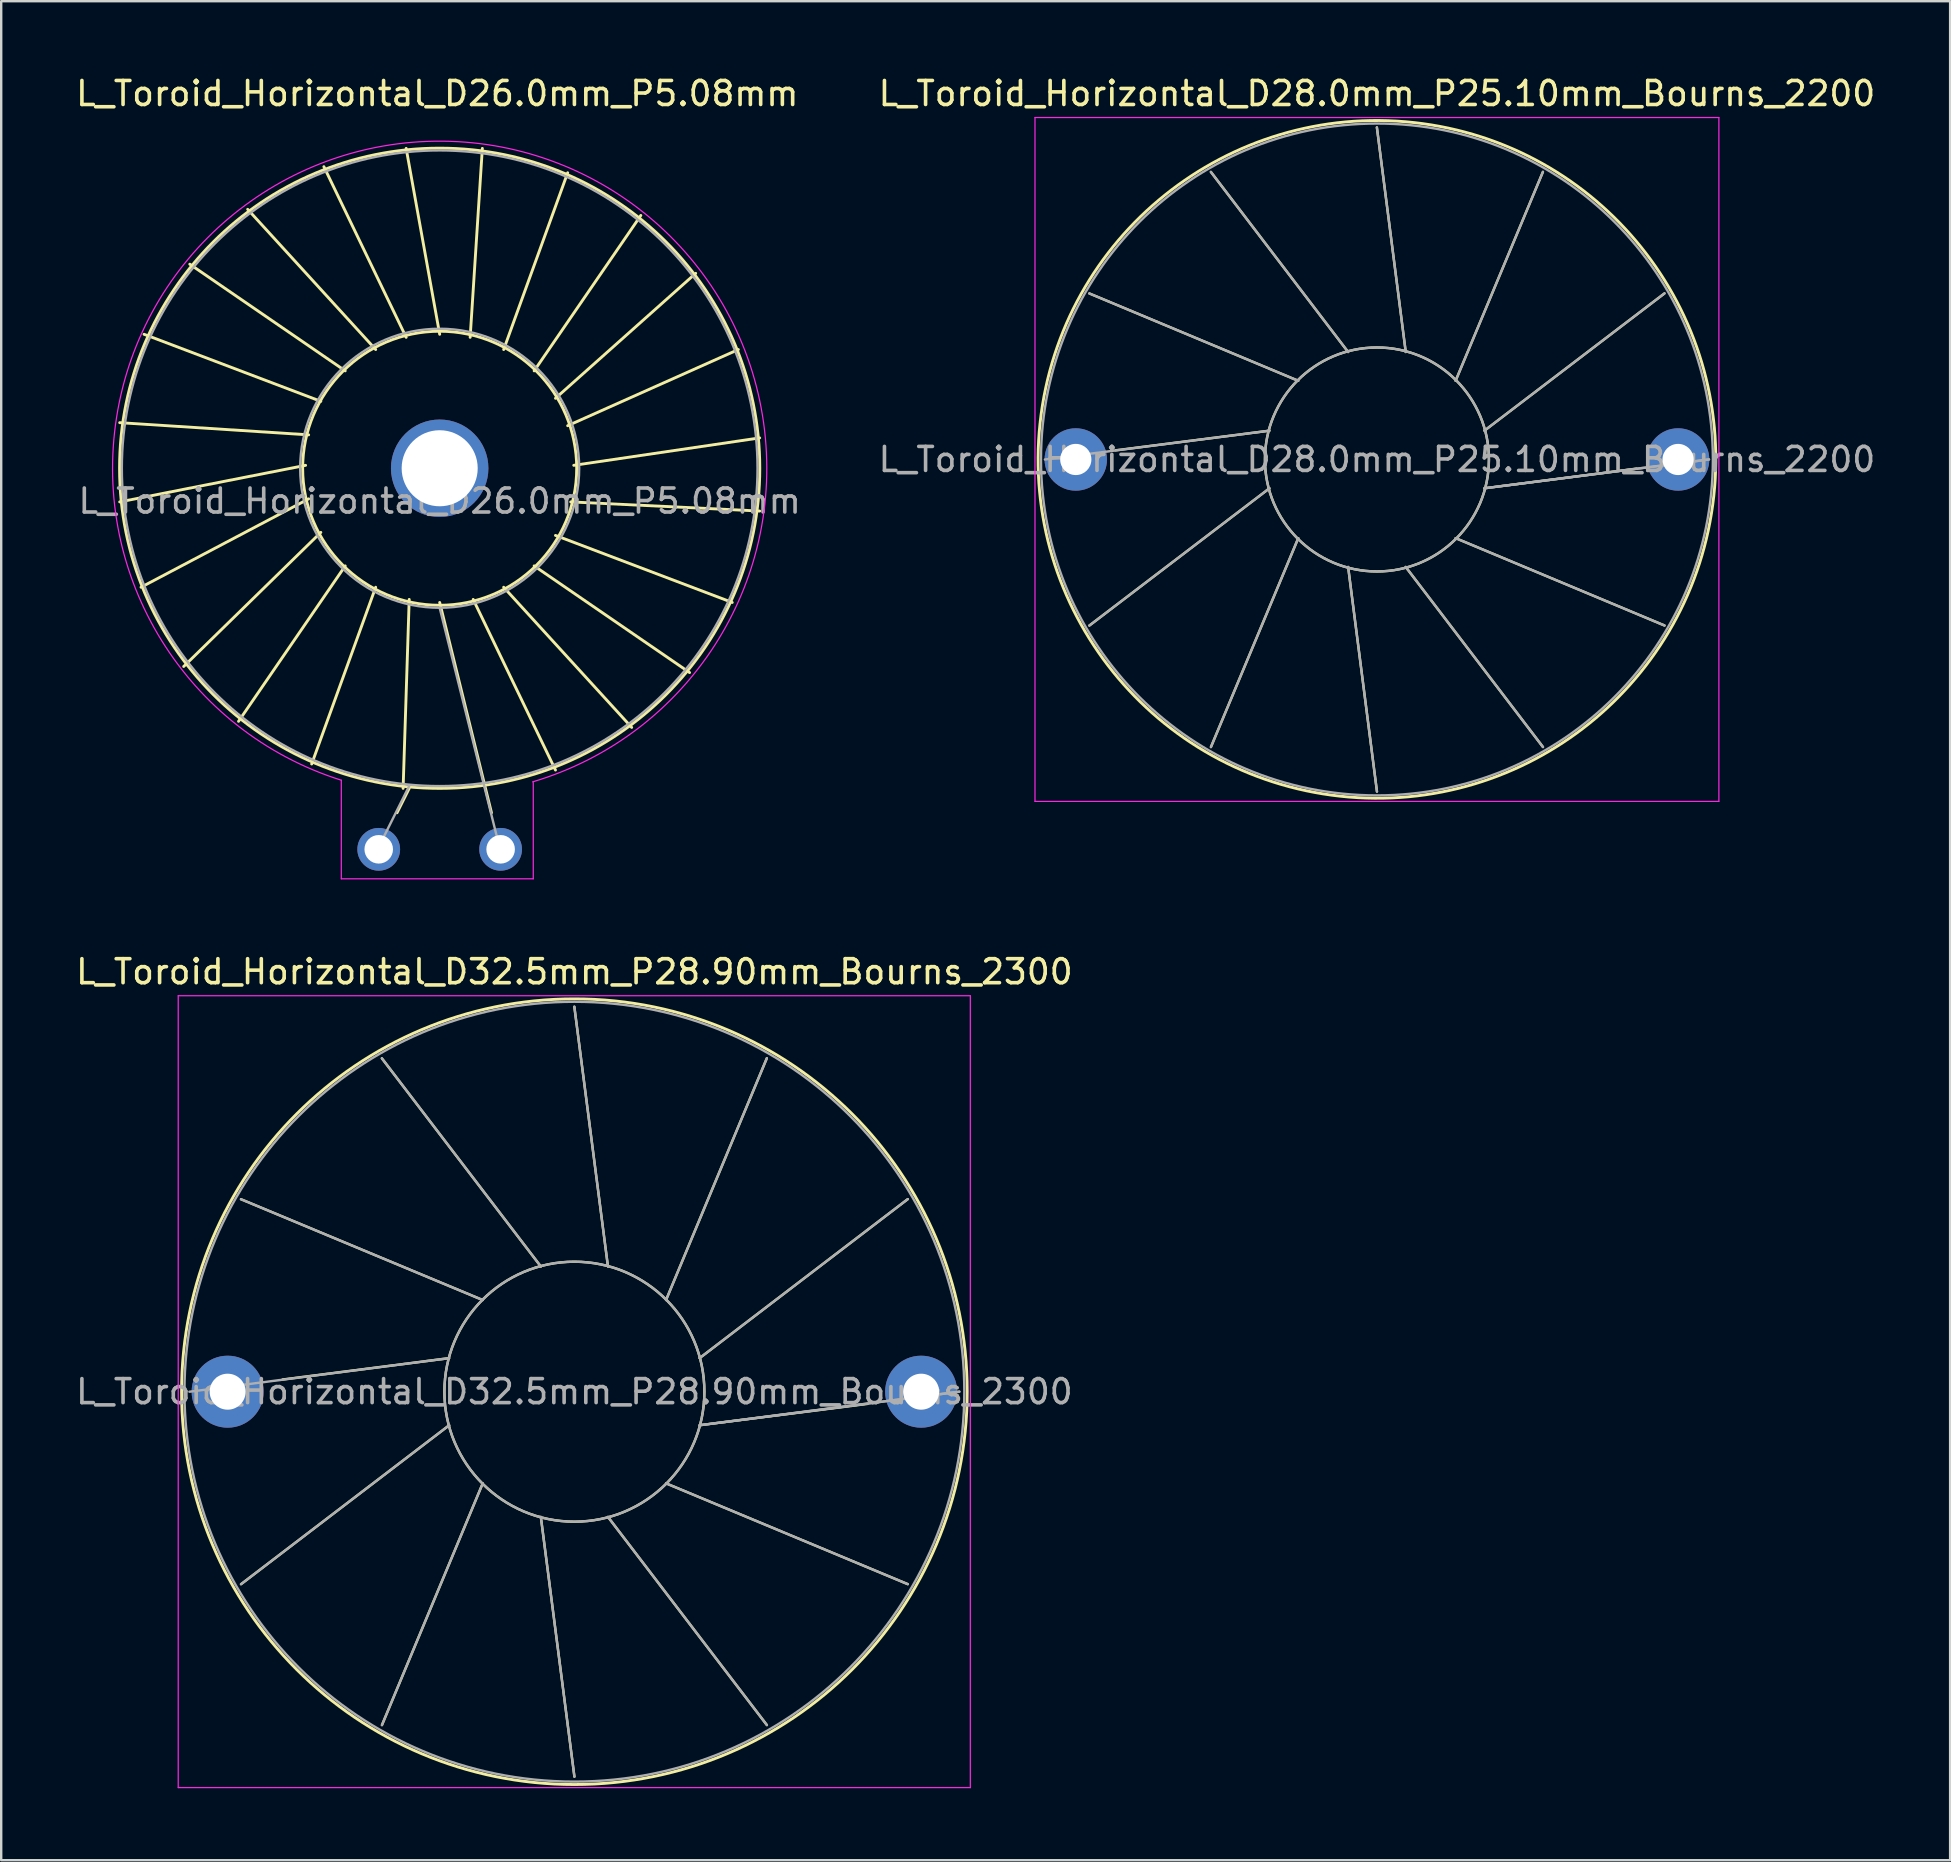
<source format=kicad_pcb>
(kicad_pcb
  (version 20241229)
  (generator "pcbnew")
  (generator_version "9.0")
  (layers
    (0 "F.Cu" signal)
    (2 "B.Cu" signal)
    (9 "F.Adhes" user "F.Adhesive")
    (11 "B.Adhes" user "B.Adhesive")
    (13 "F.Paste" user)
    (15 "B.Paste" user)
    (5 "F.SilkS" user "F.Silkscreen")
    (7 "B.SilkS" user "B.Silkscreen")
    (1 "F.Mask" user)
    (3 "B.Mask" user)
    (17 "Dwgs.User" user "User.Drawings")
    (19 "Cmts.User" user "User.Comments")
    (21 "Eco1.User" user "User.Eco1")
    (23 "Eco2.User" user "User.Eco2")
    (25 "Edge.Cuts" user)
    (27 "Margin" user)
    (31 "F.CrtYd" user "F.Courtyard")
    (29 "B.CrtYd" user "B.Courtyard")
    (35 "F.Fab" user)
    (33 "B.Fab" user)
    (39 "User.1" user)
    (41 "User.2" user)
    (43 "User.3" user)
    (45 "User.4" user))
  (footprint "L_Toroid_Horizontal_D26.0mm_P5.08mm"
    (layer "F.Cu")
    (at 12.733 32.344)
    (property "Reference" "L_Toroid_Horizontal_D26.0mm_P5.08mm" (at 2.44 -31.496 0) (layer "F.SilkS") (effects (font (size 1 1) (thickness 0.15))))
    (attr through_hole)
    (fp_line (start -10.795 -17.78) (end -2.921 -17.272) (stroke (width 0.12) (type solid)) (layer "F.SilkS"))
    (fp_line (start -10.795 -14.478) (end -3.048 -16.002) (stroke (width 0.12) (type solid)) (layer "F.SilkS"))
    (fp_line (start -9.906 -10.922) (end -2.921 -14.605) (stroke (width 0.12) (type solid)) (layer "F.SilkS"))
    (fp_line (start -9.779 -21.463) (end -2.413 -18.669) (stroke (width 0.12) (type solid)) (layer "F.SilkS"))
    (fp_line (start -8.128 -7.62) (end -2.413 -13.208) (stroke (width 0.12) (type solid)) (layer "F.SilkS"))
    (fp_line (start -7.874 -24.384) (end -1.397 -19.939) (stroke (width 0.12) (type solid)) (layer "F.SilkS"))
    (fp_line (start -5.842 -5.334) (end -1.397 -11.811) (stroke (width 0.12) (type solid)) (layer "F.SilkS"))
    (fp_line (start -5.461 -26.67) (end -0.127 -20.828) (stroke (width 0.12) (type solid)) (layer "F.SilkS"))
    (fp_line (start -2.794 -3.556) (end -0.127 -10.922) (stroke (width 0.12) (type solid)) (layer "F.SilkS"))
    (fp_line (start -2.286 -28.448) (end 1.143 -21.336) (stroke (width 0.12) (type solid)) (layer "F.SilkS"))
    (fp_line (start 0.762 -1.524) (end 1.27 -2.54) (stroke (width 0.12) (type solid)) (layer "F.SilkS"))
    (fp_line (start 1.016 -2.54) (end 1.27 -10.414) (stroke (width 0.12) (type solid)) (layer "F.SilkS"))
    (fp_line (start 1.143 -29.21) (end 2.54 -21.463) (stroke (width 0.12) (type solid)) (layer "F.SilkS"))
    (fp_line (start 4.318 -29.21) (end 3.81 -21.336) (stroke (width 0.12) (type solid)) (layer "F.SilkS"))
    (fp_line (start 4.699 -1.524) (end 2.54 -10.287) (stroke (width 0.12) (type solid)) (layer "F.SilkS"))
    (fp_line (start 7.366 -3.302) (end 3.937 -10.414) (stroke (width 0.12) (type solid)) (layer "F.SilkS"))
    (fp_line (start 7.874 -28.194) (end 5.207 -20.828) (stroke (width 0.12) (type solid)) (layer "F.SilkS"))
    (fp_line (start 10.541 -5.08) (end 5.207 -10.922) (stroke (width 0.12) (type solid)) (layer "F.SilkS"))
    (fp_line (start 10.922 -26.416) (end 6.477 -19.939) (stroke (width 0.12) (type solid)) (layer "F.SilkS"))
    (fp_line (start 12.954 -7.366) (end 6.477 -11.811) (stroke (width 0.12) (type solid)) (layer "F.SilkS"))
    (fp_line (start 13.208 -24.003) (end 7.366 -18.796) (stroke (width 0.12) (type solid)) (layer "F.SilkS"))
    (fp_line (start 14.732 -10.287) (end 7.366 -13.081) (stroke (width 0.12) (type solid)) (layer "F.SilkS"))
    (fp_line (start 14.986 -20.828) (end 7.874 -17.653) (stroke (width 0.12) (type solid)) (layer "F.SilkS"))
    (fp_line (start 15.875 -17.145) (end 8.128 -16.002) (stroke (width 0.12) (type solid)) (layer "F.SilkS"))
    (fp_line (start 15.875 -14.097) (end 8.001 -14.478) (stroke (width 0.12) (type solid)) (layer "F.SilkS"))
    (fp_circle (center 2.54 -15.88) (end 8.25 -15.88) (stroke (width 0.12) (type solid)) (fill no) (layer "F.SilkS"))
    (fp_circle (center 2.54 -15.88) (end 15.88 -15.88) (stroke (width 0.12) (type solid)) (fill no) (layer "F.SilkS"))
    (fp_line (start -1.56 -2.88) (end -1.56 1.23) (stroke (width 0.05) (type solid)) (layer "F.CrtYd"))
    (fp_line (start -1.56 1.23) (end 6.44 1.23) (stroke (width 0.05) (type solid)) (layer "F.CrtYd"))
    (fp_line (start 6.44 1.23) (end 6.44 -2.78) (stroke (width 0.05) (type solid)) (layer "F.CrtYd"))
    (fp_arc (start -1.56 -2.88) (mid 2.660017 -29.510686) (end 6.410454 -2.809821) (stroke (width 0.05) (type solid)) (layer "F.CrtYd"))
    (fp_line (start 0 -0.1) (end 1.27 -2.64) (stroke (width 0.1) (type solid)) (layer "F.Fab"))
    (fp_line (start 5.08 0.1) (end 2.54 -10.06) (stroke (width 0.1) (type solid)) (layer "F.Fab"))
    (fp_circle (center 2.54 -15.88) (end 1.44 -2.68) (stroke (width 0.1) (type solid)) (fill no) (layer "F.Fab"))
    (fp_circle (center 2.54 -15.88) (end 2.34 -10.07) (stroke (width 0.1) (type solid)) (fill no) (layer "F.Fab"))
    (fp_text user "${REFERENCE}" (at 2.54 -14.513 0) (layer "F.Fab") (effects (font (size 1 1) (thickness 0.15))))
    (pad "" thru_hole circle (at 2.54 -15.88) (size 4.06 4.06) (drill 3.17) (layers "*.Cu" "*.Mask"))
    (pad "1" thru_hole circle (at 0 0) (size 1.78 1.78) (drill 1.19) (layers "*.Cu" "*.Mask"))
    (pad "2" thru_hole circle (at 5.08 0) (size 1.78 1.78) (drill 1.19) (layers "*.Cu" "*.Mask")))
  (footprint "L_Toroid_Horizontal_D28.0mm_P25.10mm_Bourns_2200"
    (layer "F.Cu")
    (at 41.782 16.098)
    (property "Reference" "L_Toroid_Horizontal_D28.0mm_P25.10mm_Bourns_2200" (at 12.55 -15.25 0) (layer "F.SilkS") (effects (font (size 1 1) (thickness 0.15))))
    (attr through_hole)
    (fp_line (start 0.566 -6.918) (end 9.27 -3.279) (stroke (width 0.1) (type solid)) (layer "F.SilkS"))
    (fp_line (start 0.567 6.92) (end 8.071 1.201) (stroke (width 0.1) (type solid)) (layer "F.SilkS"))
    (fp_line (start 1.651 -0.381) (end 8.07 -1.2) (stroke (width 0.1) (type solid)) (layer "F.SilkS"))
    (fp_line (start 5.63 -11.983) (end 11.349 -4.479) (stroke (width 0.1) (type solid)) (layer "F.SilkS"))
    (fp_line (start 5.632 11.984) (end 9.271 3.28) (stroke (width 0.1) (type solid)) (layer "F.SilkS"))
    (fp_line (start 12.548 -13.838) (end 13.75 -4.48) (stroke (width 0.1) (type solid)) (layer "F.SilkS"))
    (fp_line (start 12.551 13.838) (end 11.35 4.48) (stroke (width 0.1) (type solid)) (layer "F.SilkS"))
    (fp_line (start 19.467 -11.985) (end 15.829 -3.28) (stroke (width 0.1) (type solid)) (layer "F.SilkS"))
    (fp_line (start 19.469 11.983) (end 13.75 4.48) (stroke (width 0.1) (type solid)) (layer "F.SilkS"))
    (fp_line (start 23.368 0.381) (end 17.03 1.2) (stroke (width 0.1) (type solid)) (layer "F.SilkS"))
    (fp_line (start 24.533 -6.921) (end 17.029 -1.201) (stroke (width 0.1) (type solid)) (layer "F.SilkS"))
    (fp_line (start 24.534 6.919) (end 15.829 3.279) (stroke (width 0.1) (type solid)) (layer "F.SilkS"))
    (fp_arc (start -1.48356 -1.56) (mid 26.585526 1.542214) (end -1.487469 -1.524425) (stroke (width 0.12) (type solid)) (layer "F.SilkS"))
    (fp_circle (center 12.55 0) (end 17.217 0) (stroke (width 0.1) (type solid)) (fill no) (layer "F.SilkS"))
    (fp_line (start -1.7 -14.25) (end -1.7 14.25) (stroke (width 0.05) (type solid)) (layer "F.CrtYd"))
    (fp_line (start -1.7 14.25) (end 26.8 14.25) (stroke (width 0.05) (type solid)) (layer "F.CrtYd"))
    (fp_line (start 26.8 -14.25) (end -1.7 -14.25) (stroke (width 0.05) (type solid)) (layer "F.CrtYd"))
    (fp_line (start 26.8 14.25) (end 26.8 -14.25) (stroke (width 0.05) (type solid)) (layer "F.CrtYd"))
    (fp_line (start -1.288 0.001) (end 8.07 -1.2) (stroke (width 0.1) (type solid)) (layer "F.Fab"))
    (fp_line (start 0.566 -6.918) (end 9.27 -3.279) (stroke (width 0.1) (type solid)) (layer "F.Fab"))
    (fp_line (start 0.567 6.92) (end 8.071 1.201) (stroke (width 0.1) (type solid)) (layer "F.Fab"))
    (fp_line (start 5.63 -11.983) (end 11.349 -4.479) (stroke (width 0.1) (type solid)) (layer "F.Fab"))
    (fp_line (start 5.632 11.984) (end 9.271 3.28) (stroke (width 0.1) (type solid)) (layer "F.Fab"))
    (fp_line (start 12.548 -13.838) (end 13.75 -4.48) (stroke (width 0.1) (type solid)) (layer "F.Fab"))
    (fp_line (start 12.551 13.838) (end 11.35 4.48) (stroke (width 0.1) (type solid)) (layer "F.Fab"))
    (fp_line (start 19.467 -11.985) (end 15.829 -3.28) (stroke (width 0.1) (type solid)) (layer "F.Fab"))
    (fp_line (start 19.469 11.983) (end 13.75 4.48) (stroke (width 0.1) (type solid)) (layer "F.Fab"))
    (fp_line (start 24.533 -6.921) (end 17.029 -1.201) (stroke (width 0.1) (type solid)) (layer "F.Fab"))
    (fp_line (start 24.534 6.919) (end 15.829 3.279) (stroke (width 0.1) (type solid)) (layer "F.Fab"))
    (fp_line (start 26.388 -0.003) (end 17.03 1.199) (stroke (width 0.1) (type solid)) (layer "F.Fab"))
    (fp_line (start 26.388 0) (end 17.03 1.2) (stroke (width 0.1) (type solid)) (layer "F.Fab"))
    (fp_circle (center 12.55 0) (end 17.217 0) (stroke (width 0.1) (type solid)) (fill no) (layer "F.Fab"))
    (fp_circle (center 12.55 0) (end 26.55 0) (stroke (width 0.1) (type solid)) (fill no) (layer "F.Fab"))
    (fp_text user "${REFERENCE}" (at 12.55 0 0) (layer "F.Fab") (effects (font (size 1 1) (thickness 0.15))))
    (pad "1" thru_hole circle (at 0 0) (size 2.6 2.6) (drill 1.3) (layers "*.Cu" "*.Mask"))
    (pad "2" thru_hole circle (at 25.1 0) (size 2.6 2.6) (drill 1.3) (layers "*.Cu" "*.Mask")))
  (footprint "L_Toroid_Horizontal_D32.5mm_P28.90mm_Bourns_2300"
    (layer "F.Cu")
    (at 6.437 54.947)
    (property "Reference" "L_Toroid_Horizontal_D32.5mm_P28.90mm_Bourns_2300" (at 14.45 -17.5 0) (layer "F.SilkS") (effects (font (size 1 1) (thickness 0.15))))
    (attr through_hole)
    (fp_line (start 0.556 -8.02) (end 10.629 -3.82) (stroke (width 0.1) (type solid)) (layer "F.SilkS"))
    (fp_line (start 0.557 8.022) (end 9.232 1.399) (stroke (width 0.1) (type solid)) (layer "F.SilkS"))
    (fp_line (start 2.286 -0.508) (end 9.231 -1.398) (stroke (width 0.1) (type solid)) (layer "F.SilkS"))
    (fp_line (start 6.427 -13.892) (end 13.051 -5.218) (stroke (width 0.1) (type solid)) (layer "F.SilkS"))
    (fp_line (start 6.43 13.894) (end 10.63 3.82) (stroke (width 0.1) (type solid)) (layer "F.SilkS"))
    (fp_line (start 14.448 -16.043) (end 15.848 -5.219) (stroke (width 0.1) (type solid)) (layer "F.SilkS"))
    (fp_line (start 14.451 16.043) (end 13.052 5.219) (stroke (width 0.1) (type solid)) (layer "F.SilkS"))
    (fp_line (start 22.469 -13.895) (end 18.27 -3.821) (stroke (width 0.1) (type solid)) (layer "F.SilkS"))
    (fp_line (start 22.472 13.893) (end 15.848 5.218) (stroke (width 0.1) (type solid)) (layer "F.SilkS"))
    (fp_line (start 26.67 0.508) (end 19.669 1.397) (stroke (width 0.1) (type solid)) (layer "F.SilkS"))
    (fp_line (start 28.342 -8.024) (end 19.668 -1.399) (stroke (width 0.1) (type solid)) (layer "F.SilkS"))
    (fp_line (start 28.343 8.021) (end 18.27 3.82) (stroke (width 0.1) (type solid)) (layer "F.SilkS"))
    (fp_circle (center 14.45 0) (end 19.867 0) (stroke (width 0.1) (type solid)) (fill no) (layer "F.SilkS"))
    (fp_circle (center 14.45 0) (end 30.82 0) (stroke (width 0.12) (type solid)) (fill no) (layer "F.SilkS"))
    (fp_line (start -2.06 -16.5) (end -2.06 16.5) (stroke (width 0.05) (type solid)) (layer "F.CrtYd"))
    (fp_line (start -2.06 16.5) (end 30.95 16.5) (stroke (width 0.05) (type solid)) (layer "F.CrtYd"))
    (fp_line (start 30.95 -16.5) (end -2.06 -16.5) (stroke (width 0.05) (type solid)) (layer "F.CrtYd"))
    (fp_line (start 30.95 16.5) (end 30.95 -16.5) (stroke (width 0.05) (type solid)) (layer "F.CrtYd"))
    (fp_line (start -1.593 0.001) (end 9.231 -1.398) (stroke (width 0.1) (type solid)) (layer "F.Fab"))
    (fp_line (start 0.556 -8.02) (end 10.629 -3.82) (stroke (width 0.1) (type solid)) (layer "F.Fab"))
    (fp_line (start 0.557 8.022) (end 9.232 1.399) (stroke (width 0.1) (type solid)) (layer "F.Fab"))
    (fp_line (start 6.427 -13.892) (end 13.051 -5.218) (stroke (width 0.1) (type solid)) (layer "F.Fab"))
    (fp_line (start 6.43 13.894) (end 10.63 3.82) (stroke (width 0.1) (type solid)) (layer "F.Fab"))
    (fp_line (start 14.448 -16.043) (end 15.848 -5.219) (stroke (width 0.1) (type solid)) (layer "F.Fab"))
    (fp_line (start 14.451 16.043) (end 13.052 5.219) (stroke (width 0.1) (type solid)) (layer "F.Fab"))
    (fp_line (start 22.469 -13.895) (end 18.27 -3.821) (stroke (width 0.1) (type solid)) (layer "F.Fab"))
    (fp_line (start 22.472 13.893) (end 15.848 5.218) (stroke (width 0.1) (type solid)) (layer "F.Fab"))
    (fp_line (start 28.342 -8.024) (end 19.668 -1.399) (stroke (width 0.1) (type solid)) (layer "F.Fab"))
    (fp_line (start 28.343 8.021) (end 18.27 3.82) (stroke (width 0.1) (type solid)) (layer "F.Fab"))
    (fp_line (start 30.493 -0.003) (end 19.669 1.397) (stroke (width 0.1) (type solid)) (layer "F.Fab"))
    (fp_line (start 30.493 0) (end 19.669 1.398) (stroke (width 0.1) (type solid)) (layer "F.Fab"))
    (fp_circle (center 14.45 0) (end 19.867 0) (stroke (width 0.1) (type solid)) (fill no) (layer "F.Fab"))
    (fp_circle (center 14.45 0) (end 30.7 0) (stroke (width 0.1) (type solid)) (fill no) (layer "F.Fab"))
    (fp_text user "${REFERENCE}" (at 14.45 0 0) (layer "F.Fab") (effects (font (size 1 1) (thickness 0.15))))
    (pad "1" thru_hole circle (at 0 0) (size 3 3) (drill 1.5) (layers "*.Cu" "*.Mask"))
    (pad "2" thru_hole circle (at 28.9 0) (size 3 3) (drill 1.5) (layers "*.Cu" "*.Mask")))
  (gr_rect
    (start -3 -3)
    (end 78.219 74.472)
    (stroke (width 0.1) (type default))
    (fill no)
    (layer "Edge.Cuts")))
</source>
